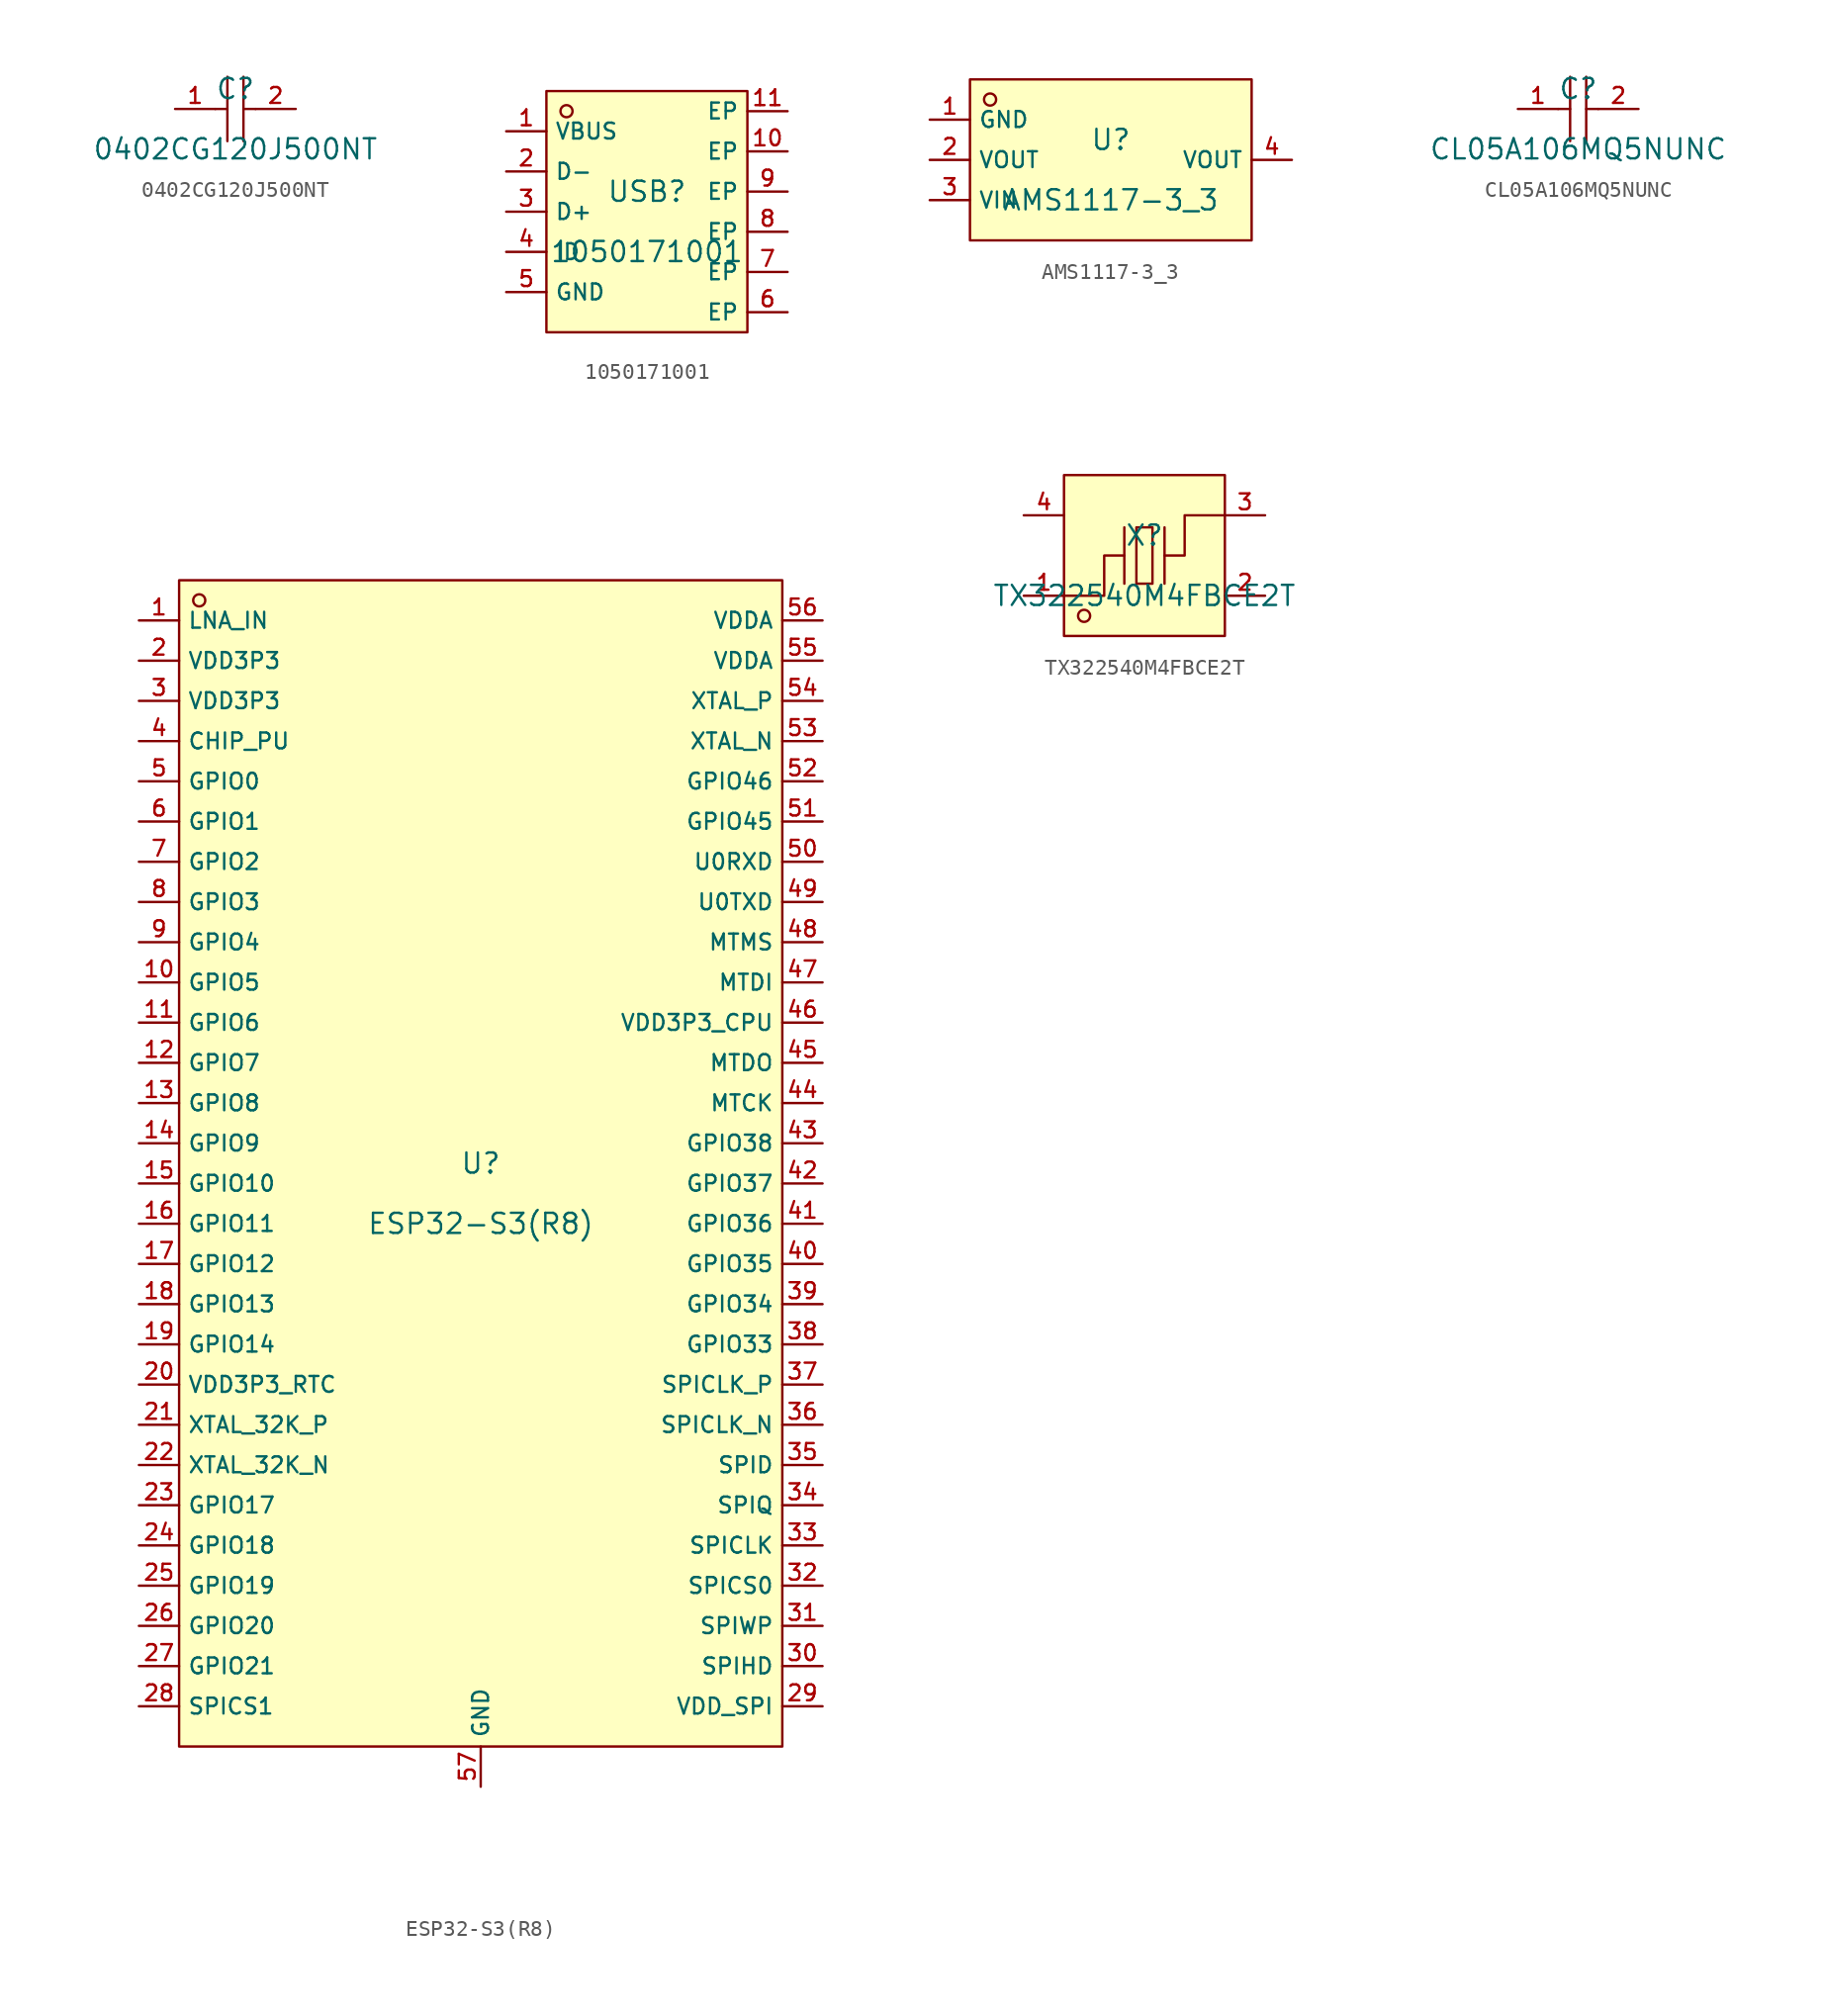
<source format=kicad_sym>
(kicad_symbol_lib
  (version 20210201)
  (generator TousstNicolas/JLC2KiCad_lib)
  (symbol "0402CG120J500NT"
    (pin_names hide)
    (property "Reference" "C"
      (at 0 1.27 0)
      (effects (font (size 1.27 1.27))))
    (property "Value" "0402CG120J500NT"
      (at 0 -2.54 0)
      (effects (font (size 1.27 1.27))))
    (symbol "0402CG120J500NT_0_1"
      (polyline (pts (xy -0.508 2.032) (xy -0.508 -2.032)) (stroke (width 0) (type default) (color 0 0 0 0)) (fill (type none)))
      (polyline (pts (xy 0.508 2.032) (xy 0.508 -2.032)) (stroke (width 0) (type default) (color 0 0 0 0)) (fill (type none)))
      (pin input line (at -3.81 -0.0 0) (length 2.54) (name "1" (effects (font (size 1 1)))) (number "1" (effects (font (size 1 1)))))
      (pin input line (at 3.81 -0.0 180) (length 2.54) (name "2" (effects (font (size 1 1)))) (number "2" (effects (font (size 1 1)))))
      (polyline (pts (xy -1.27 -0.0) (xy -0.508 -0.0)) (stroke (width 0) (type default) (color 0 0 0 0)) (fill (type none)))
      (polyline (pts (xy 0.508 -0.0) (xy 1.27 -0.0)) (stroke (width 0) (type default) (color 0 0 0 0)) (fill (type none)))))
  (symbol "1050171001"
    (property "Reference" "USB"
      (at 0 1.27 0)
      (effects (font (size 1.27 1.27))))
    (property "Value" "1050171001"
      (at 0 -2.54 0)
      (effects (font (size 1.27 1.27))))
    (symbol "1050171001_0_1"
      (rectangle (start -6.35 7.62) (end 6.35 -7.62) (stroke (width 0) (type default) (color 0 0 0 0)) (fill (type background)))
      (circle (center -5.08 6.35) (radius 0.381) (stroke (width 0) (type default) (color 0 0 0 0)) (fill (type background)))
      (pin unspecified line (at -8.89 5.08 0) (length 2.54) (name "VBUS" (effects (font (size 1 1)))) (number "1" (effects (font (size 1 1)))))
      (pin unspecified line (at -8.89 2.54 0) (length 2.54) (name "D-" (effects (font (size 1 1)))) (number "2" (effects (font (size 1 1)))))
      (pin unspecified line (at -8.89 -0.0 0) (length 2.54) (name "D+" (effects (font (size 1 1)))) (number "3" (effects (font (size 1 1)))))
      (pin unspecified line (at -8.89 -2.54 0) (length 2.54) (name "ID" (effects (font (size 1 1)))) (number "4" (effects (font (size 1 1)))))
      (pin unspecified line (at -8.89 -5.08 0) (length 2.54) (name "GND" (effects (font (size 1 1)))) (number "5" (effects (font (size 1 1)))))
      (pin unspecified line (at 8.89 -6.35 180) (length 2.54) (name "EP" (effects (font (size 1 1)))) (number "6" (effects (font (size 1 1)))))
      (pin unspecified line (at 8.89 -3.81 180) (length 2.54) (name "EP" (effects (font (size 1 1)))) (number "7" (effects (font (size 1 1)))))
      (pin unspecified line (at 8.89 -1.27 180) (length 2.54) (name "EP" (effects (font (size 1 1)))) (number "8" (effects (font (size 1 1)))))
      (pin unspecified line (at 8.89 1.27 180) (length 2.54) (name "EP" (effects (font (size 1 1)))) (number "9" (effects (font (size 1 1)))))
      (pin unspecified line (at 8.89 3.81 180) (length 2.54) (name "EP" (effects (font (size 1 1)))) (number "10" (effects (font (size 1 1)))))
      (pin unspecified line (at 8.89 6.35 180) (length 2.54) (name "EP" (effects (font (size 1 1)))) (number "11" (effects (font (size 1 1)))))))
  (symbol "AMS1117-3_3"
    (property "Reference" "U"
      (at 0 1.27 0)
      (effects (font (size 1.27 1.27))))
    (property "Value" "AMS1117-3_3"
      (at 0 -2.54 0)
      (effects (font (size 1.27 1.27))))
    (symbol "AMS1117-3_3_0_1"
      (rectangle (start -8.89 5.08) (end 8.89 -5.08) (stroke (width 0) (type default) (color 0 0 0 0)) (fill (type background)))
      (circle (center -7.62 3.81) (radius 0.381) (stroke (width 0) (type default) (color 0 0 0 0)) (fill (type background)))
      (pin unspecified line (at -11.43 2.54 0) (length 2.54) (name "GND" (effects (font (size 1 1)))) (number "1" (effects (font (size 1 1)))))
      (pin unspecified line (at -11.43 -0.0 0) (length 2.54) (name "VOUT" (effects (font (size 1 1)))) (number "2" (effects (font (size 1 1)))))
      (pin unspecified line (at -11.43 -2.54 0) (length 2.54) (name "VIN" (effects (font (size 1 1)))) (number "3" (effects (font (size 1 1)))))
      (pin unspecified line (at 11.43 -0.0 180) (length 2.54) (name "VOUT" (effects (font (size 1 1)))) (number "4" (effects (font (size 1 1)))))))
  (symbol "CL05A106MQ5NUNC"
    (pin_names hide)
    (property "Reference" "C"
      (at 0 1.27 0)
      (effects (font (size 1.27 1.27))))
    (property "Value" "CL05A106MQ5NUNC"
      (at 0 -2.54 0)
      (effects (font (size 1.27 1.27))))
    (symbol "CL05A106MQ5NUNC_0_1"
      (polyline (pts (xy -0.508 2.032) (xy -0.508 -2.032)) (stroke (width 0) (type default) (color 0 0 0 0)) (fill (type none)))
      (polyline (pts (xy 0.508 2.032) (xy 0.508 -2.032)) (stroke (width 0) (type default) (color 0 0 0 0)) (fill (type none)))
      (pin input line (at -3.81 -0.0 0) (length 2.54) (name "1" (effects (font (size 1 1)))) (number "1" (effects (font (size 1 1)))))
      (pin input line (at 3.81 -0.0 180) (length 2.54) (name "2" (effects (font (size 1 1)))) (number "2" (effects (font (size 1 1)))))
      (polyline (pts (xy -1.27 -0.0) (xy -0.508 -0.0)) (stroke (width 0) (type default) (color 0 0 0 0)) (fill (type none)))
      (polyline (pts (xy 0.508 -0.0) (xy 1.27 -0.0)) (stroke (width 0) (type default) (color 0 0 0 0)) (fill (type none)))))
  (symbol "ESP32-S3(R8)"
    (property "Reference" "U"
      (at 0 1.27 0)
      (effects (font (size 1.27 1.27))))
    (property "Value" "ESP32-S3(R8)"
      (at 0 -2.54 0)
      (effects (font (size 1.27 1.27))))
    (symbol "ESP32-S3(R8)_0_1"
      (pin unspecified line (at 0.0 -38.1 90) (length 2.54) (name "GND" (effects (font (size 1 1)))) (number "57" (effects (font (size 1 1)))))
      (pin unspecified line (at 21.59 35.56 180) (length 2.54) (name "VDDA" (effects (font (size 1 1)))) (number "56" (effects (font (size 1 1)))))
      (pin unspecified line (at 21.59 33.02 180) (length 2.54) (name "VDDA" (effects (font (size 1 1)))) (number "55" (effects (font (size 1 1)))))
      (pin unspecified line (at 21.59 30.48 180) (length 2.54) (name "XTAL_P" (effects (font (size 1 1)))) (number "54" (effects (font (size 1 1)))))
      (pin unspecified line (at 21.59 27.94 180) (length 2.54) (name "XTAL_N" (effects (font (size 1 1)))) (number "53" (effects (font (size 1 1)))))
      (pin unspecified line (at 21.59 25.4 180) (length 2.54) (name "GPIO46" (effects (font (size 1 1)))) (number "52" (effects (font (size 1 1)))))
      (pin unspecified line (at 21.59 22.86 180) (length 2.54) (name "GPIO45" (effects (font (size 1 1)))) (number "51" (effects (font (size 1 1)))))
      (pin unspecified line (at 21.59 20.32 180) (length 2.54) (name "U0RXD" (effects (font (size 1 1)))) (number "50" (effects (font (size 1 1)))))
      (pin unspecified line (at 21.59 17.78 180) (length 2.54) (name "U0TXD" (effects (font (size 1 1)))) (number "49" (effects (font (size 1 1)))))
      (pin unspecified line (at 21.59 15.24 180) (length 2.54) (name "MTMS" (effects (font (size 1 1)))) (number "48" (effects (font (size 1 1)))))
      (pin unspecified line (at 21.59 12.7 180) (length 2.54) (name "MTDI" (effects (font (size 1 1)))) (number "47" (effects (font (size 1 1)))))
      (pin unspecified line (at 21.59 10.16 180) (length 2.54) (name "VDD3P3_CPU" (effects (font (size 1 1)))) (number "46" (effects (font (size 1 1)))))
      (pin unspecified line (at 21.59 7.62 180) (length 2.54) (name "MTDO" (effects (font (size 1 1)))) (number "45" (effects (font (size 1 1)))))
      (pin unspecified line (at 21.59 5.08 180) (length 2.54) (name "MTCK" (effects (font (size 1 1)))) (number "44" (effects (font (size 1 1)))))
      (pin unspecified line (at 21.59 2.54 180) (length 2.54) (name "GPIO38" (effects (font (size 1 1)))) (number "43" (effects (font (size 1 1)))))
      (pin unspecified line (at 21.59 -0.0 180) (length 2.54) (name "GPIO37" (effects (font (size 1 1)))) (number "42" (effects (font (size 1 1)))))
      (pin unspecified line (at 21.59 -2.54 180) (length 2.54) (name "GPIO36" (effects (font (size 1 1)))) (number "41" (effects (font (size 1 1)))))
      (pin unspecified line (at 21.59 -5.08 180) (length 2.54) (name "GPIO35" (effects (font (size 1 1)))) (number "40" (effects (font (size 1 1)))))
      (pin unspecified line (at 21.59 -7.62 180) (length 2.54) (name "GPIO34" (effects (font (size 1 1)))) (number "39" (effects (font (size 1 1)))))
      (pin unspecified line (at 21.59 -10.16 180) (length 2.54) (name "GPIO33" (effects (font (size 1 1)))) (number "38" (effects (font (size 1 1)))))
      (pin unspecified line (at 21.59 -12.7 180) (length 2.54) (name "SPICLK_P" (effects (font (size 1 1)))) (number "37" (effects (font (size 1 1)))))
      (pin unspecified line (at 21.59 -15.24 180) (length 2.54) (name "SPICLK_N" (effects (font (size 1 1)))) (number "36" (effects (font (size 1 1)))))
      (pin unspecified line (at 21.59 -17.78 180) (length 2.54) (name "SPID" (effects (font (size 1 1)))) (number "35" (effects (font (size 1 1)))))
      (pin unspecified line (at 21.59 -20.32 180) (length 2.54) (name "SPIQ" (effects (font (size 1 1)))) (number "34" (effects (font (size 1 1)))))
      (pin unspecified line (at 21.59 -22.86 180) (length 2.54) (name "SPICLK" (effects (font (size 1 1)))) (number "33" (effects (font (size 1 1)))))
      (pin unspecified line (at 21.59 -25.4 180) (length 2.54) (name "SPICS0" (effects (font (size 1 1)))) (number "32" (effects (font (size 1 1)))))
      (pin unspecified line (at 21.59 -27.94 180) (length 2.54) (name "SPIWP" (effects (font (size 1 1)))) (number "31" (effects (font (size 1 1)))))
      (pin unspecified line (at 21.59 -30.48 180) (length 2.54) (name "SPIHD" (effects (font (size 1 1)))) (number "30" (effects (font (size 1 1)))))
      (pin unspecified line (at 21.59 -33.02 180) (length 2.54) (name "VDD_SPI" (effects (font (size 1 1)))) (number "29" (effects (font (size 1 1)))))
      (pin unspecified line (at -21.59 -33.02 0) (length 2.54) (name "SPICS1" (effects (font (size 1 1)))) (number "28" (effects (font (size 1 1)))))
      (pin unspecified line (at -21.59 -30.48 0) (length 2.54) (name "GPIO21" (effects (font (size 1 1)))) (number "27" (effects (font (size 1 1)))))
      (pin unspecified line (at -21.59 -27.94 0) (length 2.54) (name "GPIO20" (effects (font (size 1 1)))) (number "26" (effects (font (size 1 1)))))
      (pin unspecified line (at -21.59 -25.4 0) (length 2.54) (name "GPIO19" (effects (font (size 1 1)))) (number "25" (effects (font (size 1 1)))))
      (pin unspecified line (at -21.59 -22.86 0) (length 2.54) (name "GPIO18" (effects (font (size 1 1)))) (number "24" (effects (font (size 1 1)))))
      (pin unspecified line (at -21.59 -20.32 0) (length 2.54) (name "GPIO17" (effects (font (size 1 1)))) (number "23" (effects (font (size 1 1)))))
      (pin unspecified line (at -21.59 -17.78 0) (length 2.54) (name "XTAL_32K_N" (effects (font (size 1 1)))) (number "22" (effects (font (size 1 1)))))
      (pin unspecified line (at -21.59 -15.24 0) (length 2.54) (name "XTAL_32K_P" (effects (font (size 1 1)))) (number "21" (effects (font (size 1 1)))))
      (pin unspecified line (at -21.59 -12.7 0) (length 2.54) (name "VDD3P3_RTC" (effects (font (size 1 1)))) (number "20" (effects (font (size 1 1)))))
      (pin unspecified line (at -21.59 -10.16 0) (length 2.54) (name "GPIO14" (effects (font (size 1 1)))) (number "19" (effects (font (size 1 1)))))
      (pin unspecified line (at -21.59 -7.62 0) (length 2.54) (name "GPIO13" (effects (font (size 1 1)))) (number "18" (effects (font (size 1 1)))))
      (pin unspecified line (at -21.59 -5.08 0) (length 2.54) (name "GPIO12" (effects (font (size 1 1)))) (number "17" (effects (font (size 1 1)))))
      (pin unspecified line (at -21.59 -2.54 0) (length 2.54) (name "GPIO11" (effects (font (size 1 1)))) (number "16" (effects (font (size 1 1)))))
      (pin unspecified line (at -21.59 -0.0 0) (length 2.54) (name "GPIO10" (effects (font (size 1 1)))) (number "15" (effects (font (size 1 1)))))
      (pin unspecified line (at -21.59 2.54 0) (length 2.54) (name "GPIO9" (effects (font (size 1 1)))) (number "14" (effects (font (size 1 1)))))
      (pin unspecified line (at -21.59 5.08 0) (length 2.54) (name "GPIO8" (effects (font (size 1 1)))) (number "13" (effects (font (size 1 1)))))
      (pin unspecified line (at -21.59 7.62 0) (length 2.54) (name "GPIO7" (effects (font (size 1 1)))) (number "12" (effects (font (size 1 1)))))
      (pin unspecified line (at -21.59 10.16 0) (length 2.54) (name "GPIO6" (effects (font (size 1 1)))) (number "11" (effects (font (size 1 1)))))
      (pin unspecified line (at -21.59 12.7 0) (length 2.54) (name "GPIO5" (effects (font (size 1 1)))) (number "10" (effects (font (size 1 1)))))
      (pin unspecified line (at -21.59 15.24 0) (length 2.54) (name "GPIO4" (effects (font (size 1 1)))) (number "9" (effects (font (size 1 1)))))
      (pin unspecified line (at -21.59 17.78 0) (length 2.54) (name "GPIO3" (effects (font (size 1 1)))) (number "8" (effects (font (size 1 1)))))
      (pin unspecified line (at -21.59 20.32 0) (length 2.54) (name "GPIO2" (effects (font (size 1 1)))) (number "7" (effects (font (size 1 1)))))
      (pin unspecified line (at -21.59 22.86 0) (length 2.54) (name "GPIO1" (effects (font (size 1 1)))) (number "6" (effects (font (size 1 1)))))
      (pin unspecified line (at -21.59 25.4 0) (length 2.54) (name "GPIO0" (effects (font (size 1 1)))) (number "5" (effects (font (size 1 1)))))
      (pin unspecified line (at -21.59 27.94 0) (length 2.54) (name "CHIP_PU" (effects (font (size 1 1)))) (number "4" (effects (font (size 1 1)))))
      (pin unspecified line (at -21.59 30.48 0) (length 2.54) (name "VDD3P3" (effects (font (size 1 1)))) (number "3" (effects (font (size 1 1)))))
      (pin unspecified line (at -21.59 33.02 0) (length 2.54) (name "VDD3P3" (effects (font (size 1 1)))) (number "2" (effects (font (size 1 1)))))
      (pin unspecified line (at -21.59 35.56 0) (length 2.54) (name "LNA_IN" (effects (font (size 1 1)))) (number "1" (effects (font (size 1 1)))))
      (circle (center -17.78 36.83) (radius 0.381) (stroke (width 0) (type default) (color 0 0 0 0)) (fill (type background)))
      (rectangle (start -19.05 38.1) (end 19.05 -35.56) (stroke (width 0) (type default) (color 0 0 0 0)) (fill (type background)))))
  (symbol "TX322540M4FBCE2T"
    (pin_names hide)
    (property "Reference" "X"
      (at 0 1.27 0)
      (effects (font (size 1.27 1.27))))
    (property "Value" "TX322540M4FBCE2T"
      (at 0 -2.54 0)
      (effects (font (size 1.27 1.27))))
    (symbol "TX322540M4FBCE2T_0_1"
      (pin input line (at -7.62 -2.54 0) (length 2.54) (name "1" (effects (font (size 1 1)))) (number "1" (effects (font (size 1 1)))))
      (pin input line (at 7.62 2.54 180) (length 2.54) (name "3" (effects (font (size 1 1)))) (number "3" (effects (font (size 1 1)))))
      (pin input line (at -7.62 2.54 0) (length 2.54) (name "GND" (effects (font (size 1 1)))) (number "4" (effects (font (size 1 1)))))
      (pin input line (at 7.62 -2.54 180) (length 2.54) (name "GND" (effects (font (size 1 1)))) (number "2" (effects (font (size 1 1)))))
      (rectangle (start -5.08 5.08) (end 5.08 -5.08) (stroke (width 0) (type default) (color 0 0 0 0)) (fill (type background)))
      (circle (center -3.81 -3.81) (radius 0.381) (stroke (width 0) (type default) (color 0 0 0 0)) (fill (type background)))
      (polyline (pts (xy -1.27 -1.778) (xy -1.27 1.778)) (stroke (width 0) (type default) (color 0 0 0 0)) (fill (type none)))
      (polyline (pts (xy 1.27 -1.778) (xy 1.27 1.778)) (stroke (width 0) (type default) (color 0 0 0 0)) (fill (type none)))
      (polyline (pts (xy -5.08 -2.54) (xy -2.54 -2.54) (xy -2.54 -0.0) (xy -1.27 -0.0)) (stroke (width 0) (type default) (color 0 0 0 0)) (fill (type none)))
      (polyline (pts (xy 5.08 2.54) (xy 2.54 2.54) (xy 2.54 -0.0) (xy 1.27 -0.0)) (stroke (width 0) (type default) (color 0 0 0 0)) (fill (type none)))
      (rectangle (start -0.508 1.778) (end 0.508 -1.778) (stroke (width 0) (type default) (color 0 0 0 0)) (fill (type background))))))
</source>
